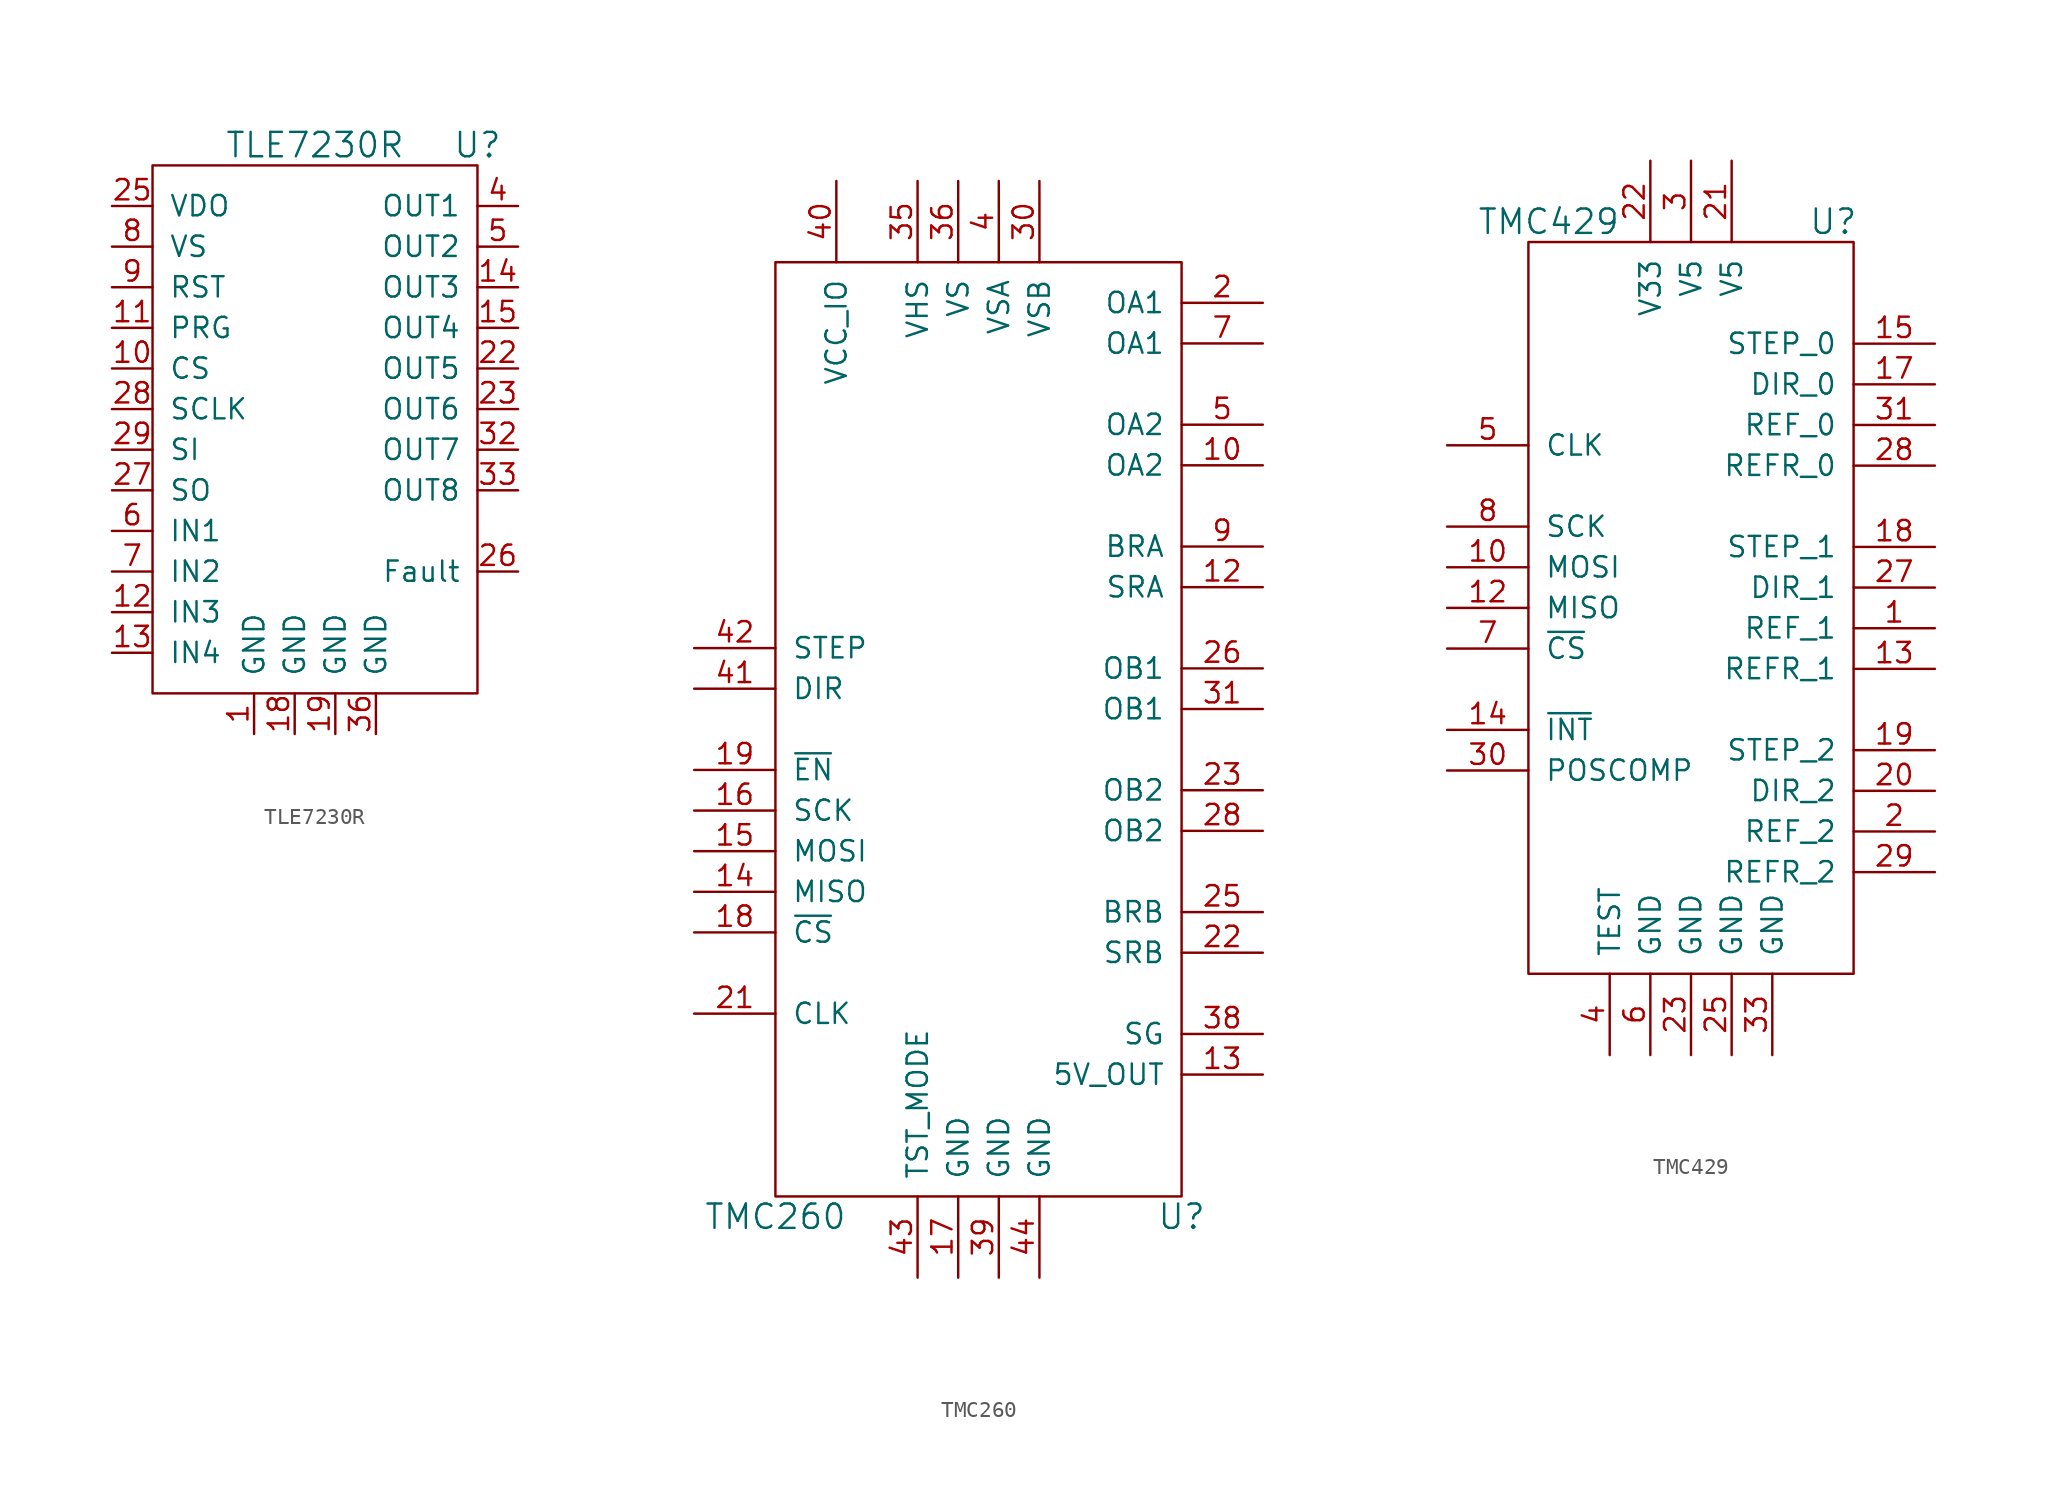
<source format=kicad_sym>
(kicad_symbol_lib
  (version 20211014)
  (generator kicad_symbol_editor)
  (symbol "TLE7230R"
    (pin_names
      (offset 1.016))
    (property "Reference" "U"
      (at 10.16 12.7 0)
      (effects (font (size 1.524 1.524))))
    (property "Value" "TLE7230R"
      (at 0 12.7 0)
      (effects (font (size 1.524 1.524))))
    (property "Datasheet" ""
      (at 10.16 12.7 0)
      (effects (font (size 1.524 1.524))))
    (symbol "TLE7230R_0_1"
      (rectangle (start -10.16 11.43) (end 10.16 -21.59) (stroke (width 0) (type default) (color 0 0 0 0)) (fill (type none))))
    (symbol "TLE7230R_1_1"
      (pin power_in line (at -3.81 -24.13 90) (length 2.54) (name "GND" (effects (font (size 1.27 1.27)))) (number "1" (effects (font (size 1.27 1.27)))))
      (pin bidirectional line (at -12.7 -1.27 0) (length 2.54) (name "CS" (effects (font (size 1.27 1.27)))) (number "10" (effects (font (size 1.27 1.27)))))
      (pin bidirectional line (at -12.7 1.27 0) (length 2.54) (name "PRG" (effects (font (size 1.27 1.27)))) (number "11" (effects (font (size 1.27 1.27)))))
      (pin passive line (at -12.7 -16.51 0) (length 2.54) (name "IN3" (effects (font (size 1.27 1.27)))) (number "12" (effects (font (size 1.27 1.27)))))
      (pin passive line (at -12.7 -19.05 0) (length 2.54) (name "IN4" (effects (font (size 1.27 1.27)))) (number "13" (effects (font (size 1.27 1.27)))))
      (pin bidirectional line (at 12.7 3.81 180) (length 2.54) (name "OUT3" (effects (font (size 1.27 1.27)))) (number "14" (effects (font (size 1.27 1.27)))))
      (pin bidirectional line (at 12.7 1.27 180) (length 2.54) (name "OUT4" (effects (font (size 1.27 1.27)))) (number "15" (effects (font (size 1.27 1.27)))))
      (pin power_in line (at -1.27 -24.13 90) (length 2.54) (name "GND" (effects (font (size 1.27 1.27)))) (number "18" (effects (font (size 1.27 1.27)))))
      (pin power_in line (at 1.27 -24.13 90) (length 2.54) (name "GND" (effects (font (size 1.27 1.27)))) (number "19" (effects (font (size 1.27 1.27)))))
      (pin bidirectional line (at 12.7 -1.27 180) (length 2.54) (name "OUT5" (effects (font (size 1.27 1.27)))) (number "22" (effects (font (size 1.27 1.27)))))
      (pin bidirectional line (at 12.7 -3.81 180) (length 2.54) (name "OUT6" (effects (font (size 1.27 1.27)))) (number "23" (effects (font (size 1.27 1.27)))))
      (pin power_in line (at -12.7 8.89 0) (length 2.54) (name "VDO" (effects (font (size 1.27 1.27)))) (number "25" (effects (font (size 1.27 1.27)))))
      (pin bidirectional line (at 12.7 -13.97 180) (length 2.54) (name "Fault" (effects (font (size 1.27 1.27)))) (number "26" (effects (font (size 1.27 1.27)))))
      (pin bidirectional line (at -12.7 -8.89 0) (length 2.54) (name "SO" (effects (font (size 1.27 1.27)))) (number "27" (effects (font (size 1.27 1.27)))))
      (pin bidirectional line (at -12.7 -3.81 0) (length 2.54) (name "SCLK" (effects (font (size 1.27 1.27)))) (number "28" (effects (font (size 1.27 1.27)))))
      (pin bidirectional line (at -12.7 -6.35 0) (length 2.54) (name "SI" (effects (font (size 1.27 1.27)))) (number "29" (effects (font (size 1.27 1.27)))))
      (pin bidirectional line (at 12.7 -6.35 180) (length 2.54) (name "OUT7" (effects (font (size 1.27 1.27)))) (number "32" (effects (font (size 1.27 1.27)))))
      (pin bidirectional line (at 12.7 -8.89 180) (length 2.54) (name "OUT8" (effects (font (size 1.27 1.27)))) (number "33" (effects (font (size 1.27 1.27)))))
      (pin power_in line (at 3.81 -24.13 90) (length 2.54) (name "GND" (effects (font (size 1.27 1.27)))) (number "36" (effects (font (size 1.27 1.27)))))
      (pin bidirectional line (at 12.7 8.89 180) (length 2.54) (name "OUT1" (effects (font (size 1.27 1.27)))) (number "4" (effects (font (size 1.27 1.27)))))
      (pin bidirectional line (at 12.7 6.35 180) (length 2.54) (name "OUT2" (effects (font (size 1.27 1.27)))) (number "5" (effects (font (size 1.27 1.27)))))
      (pin passive line (at -12.7 -11.43 0) (length 2.54) (name "IN1" (effects (font (size 1.27 1.27)))) (number "6" (effects (font (size 1.27 1.27)))))
      (pin passive line (at -12.7 -13.97 0) (length 2.54) (name "IN2" (effects (font (size 1.27 1.27)))) (number "7" (effects (font (size 1.27 1.27)))))
      (pin power_in line (at -12.7 6.35 0) (length 2.54) (name "VS" (effects (font (size 1.27 1.27)))) (number "8" (effects (font (size 1.27 1.27)))))
      (pin bidirectional line (at -12.7 3.81 0) (length 2.54) (name "RST" (effects (font (size 1.27 1.27)))) (number "9" (effects (font (size 1.27 1.27)))))))
  (symbol "TMC260"
    (pin_names
      (offset 1.016))
    (property "Reference" "U"
      (at 12.7 -30.48 0)
      (effects (font (size 1.524 1.524))))
    (property "Value" "TMC260"
      (at -12.7 -30.48 0)
      (effects (font (size 1.524 1.524))))
    (symbol "TMC260_0_1"
      (rectangle (start -12.7 29.21) (end 12.7 -29.21) (stroke (width 0) (type default) (color 0 0 0 0)) (fill (type none))))
    (symbol "TMC260_1_1"
      (pin passive line (at 17.78 16.51 180) (length 5.08) (name "OA2" (effects (font (size 1.27 1.27)))) (number "10" (effects (font (size 1.27 1.27)))))
      (pin passive line (at 17.78 8.89 180) (length 5.08) (name "SRA" (effects (font (size 1.27 1.27)))) (number "12" (effects (font (size 1.27 1.27)))))
      (pin power_out line (at 17.78 -21.59 180) (length 5.08) (name "5V_OUT" (effects (font (size 1.27 1.27)))) (number "13" (effects (font (size 1.27 1.27)))))
      (pin passive line (at -17.78 -10.16 0) (length 5.08) (name "MISO" (effects (font (size 1.27 1.27)))) (number "14" (effects (font (size 1.27 1.27)))))
      (pin passive line (at -17.78 -7.62 0) (length 5.08) (name "MOSI" (effects (font (size 1.27 1.27)))) (number "15" (effects (font (size 1.27 1.27)))))
      (pin input line (at -17.78 -5.08 0) (length 5.08) (name "SCK" (effects (font (size 1.27 1.27)))) (number "16" (effects (font (size 1.27 1.27)))))
      (pin power_in line (at -1.27 -34.29 90) (length 5.08) (name "GND" (effects (font (size 1.27 1.27)))) (number "17" (effects (font (size 1.27 1.27)))))
      (pin input line (at -17.78 -12.7 0) (length 5.08) (name "~{CS}" (effects (font (size 1.27 1.27)))) (number "18" (effects (font (size 1.27 1.27)))))
      (pin input line (at -17.78 -2.54 0) (length 5.08) (name "~{EN}" (effects (font (size 1.27 1.27)))) (number "19" (effects (font (size 1.27 1.27)))))
      (pin passive line (at 17.78 26.67 180) (length 5.08) (name "OA1" (effects (font (size 1.27 1.27)))) (number "2" (effects (font (size 1.27 1.27)))))
      (pin input line (at -17.78 -17.78 0) (length 5.08) (name "CLK" (effects (font (size 1.27 1.27)))) (number "21" (effects (font (size 1.27 1.27)))))
      (pin passive line (at 17.78 -13.97 180) (length 5.08) (name "SRB" (effects (font (size 1.27 1.27)))) (number "22" (effects (font (size 1.27 1.27)))))
      (pin passive line (at 17.78 -3.81 180) (length 5.08) (name "OB2" (effects (font (size 1.27 1.27)))) (number "23" (effects (font (size 1.27 1.27)))))
      (pin passive line (at 17.78 -11.43 180) (length 5.08) (name "BRB" (effects (font (size 1.27 1.27)))) (number "25" (effects (font (size 1.27 1.27)))))
      (pin passive line (at 17.78 3.81 180) (length 5.08) (name "OB1" (effects (font (size 1.27 1.27)))) (number "26" (effects (font (size 1.27 1.27)))))
      (pin passive line (at 17.78 -6.35 180) (length 5.08) (name "OB2" (effects (font (size 1.27 1.27)))) (number "28" (effects (font (size 1.27 1.27)))))
      (pin power_in line (at 3.81 34.29 270) (length 5.08) (name "VSB" (effects (font (size 1.27 1.27)))) (number "30" (effects (font (size 1.27 1.27)))))
      (pin passive line (at 17.78 1.27 180) (length 5.08) (name "OB1" (effects (font (size 1.27 1.27)))) (number "31" (effects (font (size 1.27 1.27)))))
      (pin passive line (at -3.81 34.29 270) (length 5.08) (name "VHS" (effects (font (size 1.27 1.27)))) (number "35" (effects (font (size 1.27 1.27)))))
      (pin power_in line (at -1.27 34.29 270) (length 5.08) (name "VS" (effects (font (size 1.27 1.27)))) (number "36" (effects (font (size 1.27 1.27)))))
      (pin output line (at 17.78 -19.05 180) (length 5.08) (name "SG" (effects (font (size 1.27 1.27)))) (number "38" (effects (font (size 1.27 1.27)))))
      (pin power_in line (at 1.27 -34.29 90) (length 5.08) (name "GND" (effects (font (size 1.27 1.27)))) (number "39" (effects (font (size 1.27 1.27)))))
      (pin power_in line (at 1.27 34.29 270) (length 5.08) (name "VSA" (effects (font (size 1.27 1.27)))) (number "4" (effects (font (size 1.27 1.27)))))
      (pin power_in line (at -8.89 34.29 270) (length 5.08) (name "VCC_IO" (effects (font (size 1.27 1.27)))) (number "40" (effects (font (size 1.27 1.27)))))
      (pin input line (at -17.78 2.54 0) (length 5.08) (name "DIR" (effects (font (size 1.27 1.27)))) (number "41" (effects (font (size 1.27 1.27)))))
      (pin input line (at -17.78 5.08 0) (length 5.08) (name "STEP" (effects (font (size 1.27 1.27)))) (number "42" (effects (font (size 1.27 1.27)))))
      (pin power_in line (at -3.81 -34.29 90) (length 5.08) (name "TST_MODE" (effects (font (size 1.27 1.27)))) (number "43" (effects (font (size 1.27 1.27)))))
      (pin power_in line (at 3.81 -34.29 90) (length 5.08) (name "GND" (effects (font (size 1.27 1.27)))) (number "44" (effects (font (size 1.27 1.27)))))
      (pin passive line (at 17.78 19.05 180) (length 5.08) (name "OA2" (effects (font (size 1.27 1.27)))) (number "5" (effects (font (size 1.27 1.27)))))
      (pin passive line (at 17.78 24.13 180) (length 5.08) (name "OA1" (effects (font (size 1.27 1.27)))) (number "7" (effects (font (size 1.27 1.27)))))
      (pin passive line (at 17.78 11.43 180) (length 5.08) (name "BRA" (effects (font (size 1.27 1.27)))) (number "9" (effects (font (size 1.27 1.27)))))))
  (symbol "TMC429"
    (pin_names
      (offset 1.016))
    (property "Reference" "U"
      (at 8.89 24.13 0)
      (effects (font (size 1.524 1.524))))
    (property "Value" "TMC429"
      (at -8.89 24.13 0)
      (effects (font (size 1.524 1.524))))
    (symbol "TMC429_0_1"
      (rectangle (start -10.16 22.86) (end 10.16 -22.86) (stroke (width 0) (type default) (color 0 0 0 0)) (fill (type none))))
    (symbol "TMC429_1_1"
      (pin input line (at 15.24 -1.27 180) (length 5.08) (name "REF_1" (effects (font (size 1.27 1.27)))) (number "1" (effects (font (size 1.27 1.27)))))
      (pin passive line (at -15.24 2.54 0) (length 5.08) (name "MOSI" (effects (font (size 1.27 1.27)))) (number "10" (effects (font (size 1.27 1.27)))))
      (pin passive line (at -15.24 0 0) (length 5.08) (name "MISO" (effects (font (size 1.27 1.27)))) (number "12" (effects (font (size 1.27 1.27)))))
      (pin input line (at 15.24 -3.81 180) (length 5.08) (name "REFR_1" (effects (font (size 1.27 1.27)))) (number "13" (effects (font (size 1.27 1.27)))))
      (pin output line (at -15.24 -7.62 0) (length 5.08) (name "~{INT}" (effects (font (size 1.27 1.27)))) (number "14" (effects (font (size 1.27 1.27)))))
      (pin output line (at 15.24 16.51 180) (length 5.08) (name "STEP_0" (effects (font (size 1.27 1.27)))) (number "15" (effects (font (size 1.27 1.27)))))
      (pin output line (at 15.24 13.97 180) (length 5.08) (name "DIR_0" (effects (font (size 1.27 1.27)))) (number "17" (effects (font (size 1.27 1.27)))))
      (pin output line (at 15.24 3.81 180) (length 5.08) (name "STEP_1" (effects (font (size 1.27 1.27)))) (number "18" (effects (font (size 1.27 1.27)))))
      (pin output line (at 15.24 -8.89 180) (length 5.08) (name "STEP_2" (effects (font (size 1.27 1.27)))) (number "19" (effects (font (size 1.27 1.27)))))
      (pin input line (at 15.24 -13.97 180) (length 5.08) (name "REF_2" (effects (font (size 1.27 1.27)))) (number "2" (effects (font (size 1.27 1.27)))))
      (pin output line (at 15.24 -11.43 180) (length 5.08) (name "DIR_2" (effects (font (size 1.27 1.27)))) (number "20" (effects (font (size 1.27 1.27)))))
      (pin power_in line (at 2.54 27.94 270) (length 5.08) (name "V5" (effects (font (size 1.27 1.27)))) (number "21" (effects (font (size 1.27 1.27)))))
      (pin power_in line (at -2.54 27.94 270) (length 5.08) (name "V33" (effects (font (size 1.27 1.27)))) (number "22" (effects (font (size 1.27 1.27)))))
      (pin power_in line (at 0 -27.94 90) (length 5.08) (name "GND" (effects (font (size 1.27 1.27)))) (number "23" (effects (font (size 1.27 1.27)))))
      (pin power_in line (at 2.54 -27.94 90) (length 5.08) (name "GND" (effects (font (size 1.27 1.27)))) (number "25" (effects (font (size 1.27 1.27)))))
      (pin output line (at 15.24 1.27 180) (length 5.08) (name "DIR_1" (effects (font (size 1.27 1.27)))) (number "27" (effects (font (size 1.27 1.27)))))
      (pin input line (at 15.24 8.89 180) (length 5.08) (name "REFR_0" (effects (font (size 1.27 1.27)))) (number "28" (effects (font (size 1.27 1.27)))))
      (pin input line (at 15.24 -16.51 180) (length 5.08) (name "REFR_2" (effects (font (size 1.27 1.27)))) (number "29" (effects (font (size 1.27 1.27)))))
      (pin power_in line (at 0 27.94 270) (length 5.08) (name "V5" (effects (font (size 1.27 1.27)))) (number "3" (effects (font (size 1.27 1.27)))))
      (pin output line (at -15.24 -10.16 0) (length 5.08) (name "POSCOMP" (effects (font (size 1.27 1.27)))) (number "30" (effects (font (size 1.27 1.27)))))
      (pin input line (at 15.24 11.43 180) (length 5.08) (name "REF_0" (effects (font (size 1.27 1.27)))) (number "31" (effects (font (size 1.27 1.27)))))
      (pin power_in line (at 5.08 -27.94 90) (length 5.08) (name "GND" (effects (font (size 1.27 1.27)))) (number "33" (effects (font (size 1.27 1.27)))))
      (pin power_in line (at -5.08 -27.94 90) (length 5.08) (name "TEST" (effects (font (size 1.27 1.27)))) (number "4" (effects (font (size 1.27 1.27)))))
      (pin input line (at -15.24 10.16 0) (length 5.08) (name "CLK" (effects (font (size 1.27 1.27)))) (number "5" (effects (font (size 1.27 1.27)))))
      (pin power_in line (at -2.54 -27.94 90) (length 5.08) (name "GND" (effects (font (size 1.27 1.27)))) (number "6" (effects (font (size 1.27 1.27)))))
      (pin input line (at -15.24 -2.54 0) (length 5.08) (name "~{CS}" (effects (font (size 1.27 1.27)))) (number "7" (effects (font (size 1.27 1.27)))))
      (pin input line (at -15.24 5.08 0) (length 5.08) (name "SCK" (effects (font (size 1.27 1.27)))) (number "8" (effects (font (size 1.27 1.27))))))))
</source>
